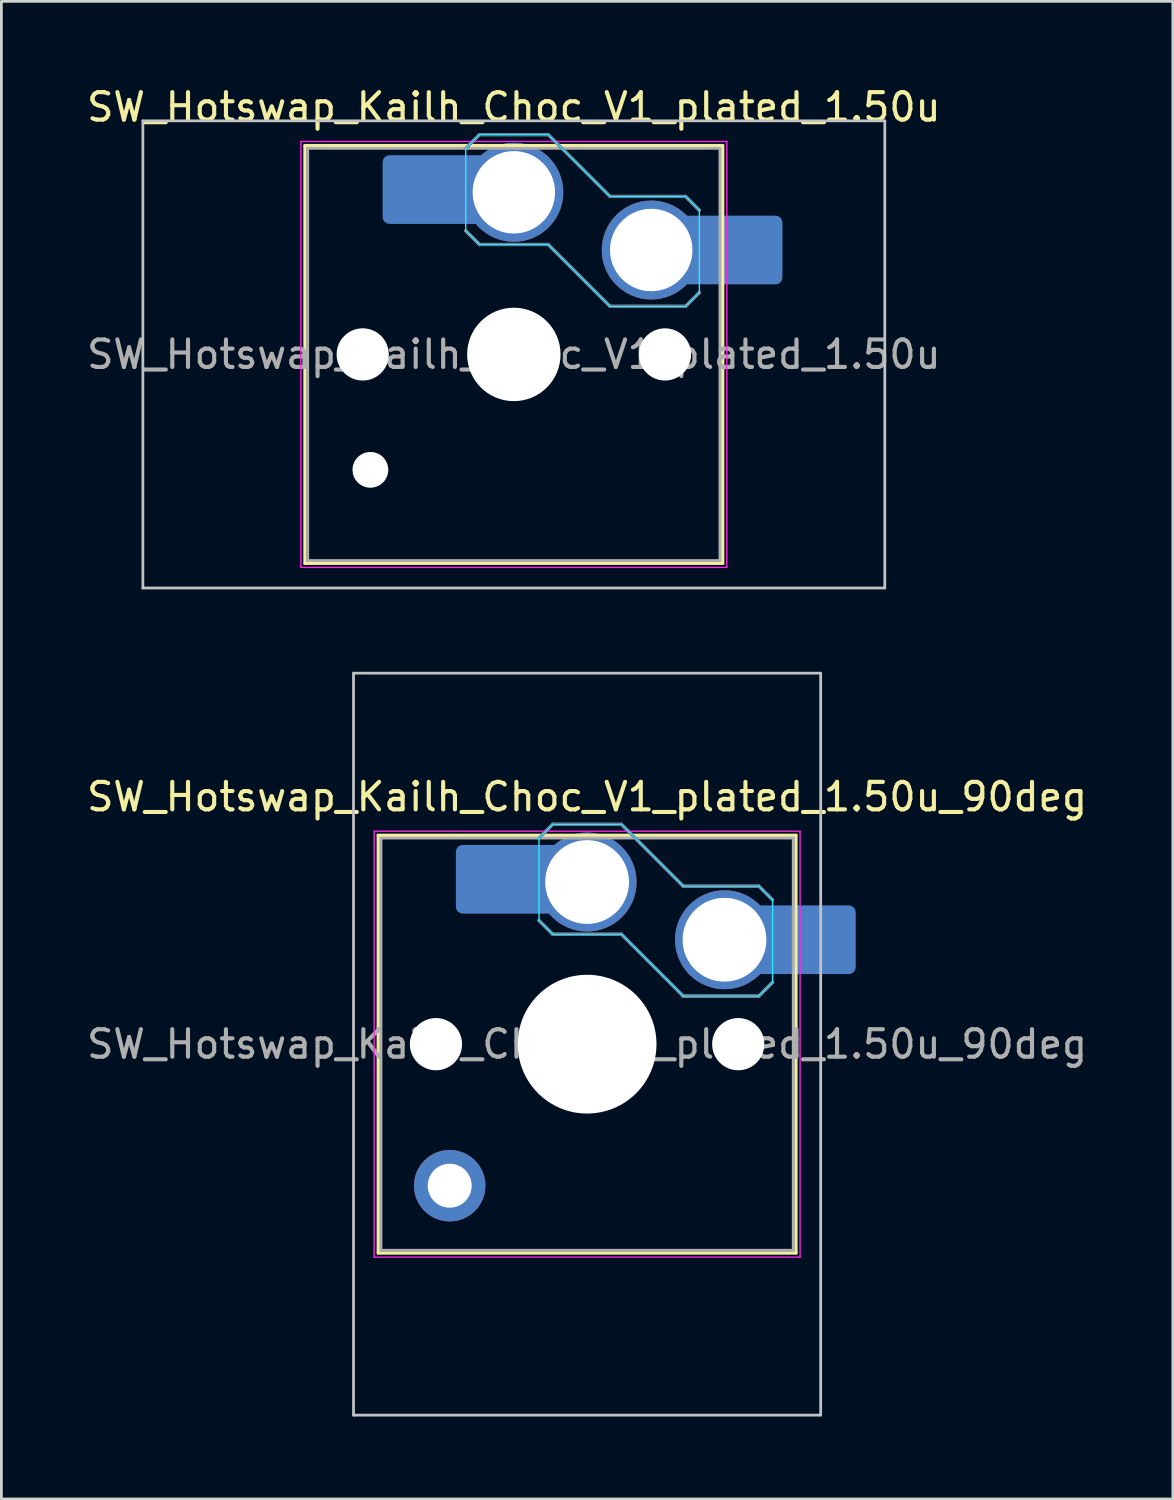
<source format=kicad_pcb>
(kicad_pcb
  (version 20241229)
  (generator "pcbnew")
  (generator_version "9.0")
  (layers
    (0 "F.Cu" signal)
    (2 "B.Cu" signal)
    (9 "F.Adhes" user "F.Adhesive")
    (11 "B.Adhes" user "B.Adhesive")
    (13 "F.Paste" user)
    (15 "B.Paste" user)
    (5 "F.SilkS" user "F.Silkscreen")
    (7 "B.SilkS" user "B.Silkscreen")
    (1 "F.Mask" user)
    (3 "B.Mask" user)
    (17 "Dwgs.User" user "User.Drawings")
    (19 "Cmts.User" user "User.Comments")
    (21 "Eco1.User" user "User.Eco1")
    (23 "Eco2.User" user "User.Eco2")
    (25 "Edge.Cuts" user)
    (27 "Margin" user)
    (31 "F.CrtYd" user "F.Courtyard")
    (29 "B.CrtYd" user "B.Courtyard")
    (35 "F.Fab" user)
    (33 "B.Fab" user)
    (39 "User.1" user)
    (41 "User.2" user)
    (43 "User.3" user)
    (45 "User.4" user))
  (footprint "SW_Hotswap_Kailh_Choc_V1_plated_1.50u"
    (layer "F.Cu")
    (at 15.649 9.848)
    (property "Reference" "SW_Hotswap_Kailh_Choc_V1_plated_1.50u" (at 0 -9 0) (layer "F.SilkS") (effects (font (size 1 1) (thickness 0.15))))
    (attr smd)
    (fp_line (start -7.6 -7.6) (end -7.6 7.6) (stroke (width 0.12) (type solid)) (layer "F.SilkS"))
    (fp_line (start -7.6 7.6) (end 7.6 7.6) (stroke (width 0.12) (type solid)) (layer "F.SilkS"))
    (fp_line (start 7.6 -7.6) (end -7.6 -7.6) (stroke (width 0.12) (type solid)) (layer "F.SilkS"))
    (fp_line (start 7.6 7.6) (end 7.6 -7.6) (stroke (width 0.12) (type solid)) (layer "F.SilkS"))
    (fp_line (start -1.75 -7.5) (end -1.25 -8) (stroke (width 0.12) (type solid)) (layer "B.SilkS"))
    (fp_line (start -1.25 -8) (end 1.25 -8) (stroke (width 0.12) (type solid)) (layer "B.SilkS"))
    (fp_line (start -1.25 -4) (end -1.75 -4.5) (stroke (width 0.12) (type solid)) (layer "B.SilkS"))
    (fp_line (start 1.25 -8) (end 3.5 -5.75) (stroke (width 0.12) (type solid)) (layer "B.SilkS"))
    (fp_line (start 1.25 -4) (end -1.25 -4) (stroke (width 0.12) (type solid)) (layer "B.SilkS"))
    (fp_line (start 3.5 -5.75) (end 6.25 -5.75) (stroke (width 0.12) (type solid)) (layer "B.SilkS"))
    (fp_line (start 3.5 -1.75) (end 1.25 -4) (stroke (width 0.12) (type solid)) (layer "B.SilkS"))
    (fp_line (start 6.25 -5.75) (end 6.75 -5.25) (stroke (width 0.12) (type solid)) (layer "B.SilkS"))
    (fp_line (start 6.25 -1.75) (end 3.5 -1.75) (stroke (width 0.12) (type solid)) (layer "B.SilkS"))
    (fp_line (start 6.75 -2.25) (end 6.25 -1.75) (stroke (width 0.12) (type solid)) (layer "B.SilkS"))
    (fp_line (start -13.5 -8.5) (end -13.5 8.5) (stroke (width 0.1) (type solid)) (layer "Dwgs.User"))
    (fp_line (start -13.5 8.5) (end 13.5 8.5) (stroke (width 0.1) (type solid)) (layer "Dwgs.User"))
    (fp_line (start 13.5 -8.5) (end -13.5 -8.5) (stroke (width 0.1) (type solid)) (layer "Dwgs.User"))
    (fp_line (start 13.5 8.5) (end 13.5 -8.5) (stroke (width 0.1) (type solid)) (layer "Dwgs.User"))
    (fp_line (start -7.25 -7.25) (end -7.25 7.25) (stroke (width 0.1) (type solid)) (layer "Eco1.User"))
    (fp_line (start -7.25 7.25) (end 7.25 7.25) (stroke (width 0.1) (type solid)) (layer "Eco1.User"))
    (fp_line (start 7.25 -7.25) (end -7.25 -7.25) (stroke (width 0.1) (type solid)) (layer "Eco1.User"))
    (fp_line (start 7.25 7.25) (end 7.25 -7.25) (stroke (width 0.1) (type solid)) (layer "Eco1.User"))
    (fp_line (start -1.75 -7.5) (end -1.25 -8) (stroke (width 0.05) (type solid)) (layer "B.CrtYd"))
    (fp_line (start -1.75 -4.5) (end -1.75 -7.5) (stroke (width 0.05) (type solid)) (layer "B.CrtYd"))
    (fp_line (start -1.25 -8) (end 1.25 -8) (stroke (width 0.05) (type solid)) (layer "B.CrtYd"))
    (fp_line (start -1.25 -4) (end -1.75 -4.5) (stroke (width 0.05) (type solid)) (layer "B.CrtYd"))
    (fp_line (start 1.25 -8) (end 3.5 -5.75) (stroke (width 0.05) (type solid)) (layer "B.CrtYd"))
    (fp_line (start 1.25 -4) (end -1.25 -4) (stroke (width 0.05) (type solid)) (layer "B.CrtYd"))
    (fp_line (start 3.5 -5.75) (end 6.25 -5.75) (stroke (width 0.05) (type solid)) (layer "B.CrtYd"))
    (fp_line (start 3.5 -1.75) (end 1.25 -4) (stroke (width 0.05) (type solid)) (layer "B.CrtYd"))
    (fp_line (start 6.25 -5.75) (end 6.75 -5.25) (stroke (width 0.05) (type solid)) (layer "B.CrtYd"))
    (fp_line (start 6.25 -1.75) (end 3.5 -1.75) (stroke (width 0.05) (type solid)) (layer "B.CrtYd"))
    (fp_line (start 6.75 -5.25) (end 6.75 -2.25) (stroke (width 0.05) (type solid)) (layer "B.CrtYd"))
    (fp_line (start 6.75 -2.25) (end 6.25 -1.75) (stroke (width 0.05) (type solid)) (layer "B.CrtYd"))
    (fp_line (start -7.75 -7.75) (end -7.75 7.75) (stroke (width 0.05) (type solid)) (layer "F.CrtYd"))
    (fp_line (start -7.75 7.75) (end 7.75 7.75) (stroke (width 0.05) (type solid)) (layer "F.CrtYd"))
    (fp_line (start 7.75 -7.75) (end -7.75 -7.75) (stroke (width 0.05) (type solid)) (layer "F.CrtYd"))
    (fp_line (start 7.75 7.75) (end 7.75 -7.75) (stroke (width 0.05) (type solid)) (layer "F.CrtYd"))
    (fp_line (start -1.75 -7.5) (end -1.25 -8) (stroke (width 0.1) (type solid)) (layer "B.Fab"))
    (fp_line (start -1.25 -8) (end 1.25 -8) (stroke (width 0.1) (type solid)) (layer "B.Fab"))
    (fp_line (start -1.25 -4) (end -1.75 -4.5) (stroke (width 0.1) (type solid)) (layer "B.Fab"))
    (fp_line (start 1.25 -8) (end 3.5 -5.75) (stroke (width 0.1) (type solid)) (layer "B.Fab"))
    (fp_line (start 1.25 -4) (end -1.25 -4) (stroke (width 0.1) (type solid)) (layer "B.Fab"))
    (fp_line (start 3.5 -5.75) (end 6.25 -5.75) (stroke (width 0.1) (type solid)) (layer "B.Fab"))
    (fp_line (start 3.5 -1.75) (end 1.25 -4) (stroke (width 0.1) (type solid)) (layer "B.Fab"))
    (fp_line (start 6.25 -5.75) (end 6.75 -5.25) (stroke (width 0.1) (type solid)) (layer "B.Fab"))
    (fp_line (start 6.25 -1.75) (end 3.5 -1.75) (stroke (width 0.1) (type solid)) (layer "B.Fab"))
    (fp_line (start 6.75 -2.25) (end 6.25 -1.75) (stroke (width 0.1) (type solid)) (layer "B.Fab"))
    (fp_line (start -7.5 -7.5) (end -7.5 7.5) (stroke (width 0.1) (type solid)) (layer "F.Fab"))
    (fp_line (start -7.5 7.5) (end 7.5 7.5) (stroke (width 0.1) (type solid)) (layer "F.Fab"))
    (fp_line (start 7.5 -7.5) (end -7.5 -7.5) (stroke (width 0.1) (type solid)) (layer "F.Fab"))
    (fp_line (start 7.5 7.5) (end 7.5 -7.5) (stroke (width 0.1) (type solid)) (layer "F.Fab"))
    (fp_text user "${REFERENCE}" (at 0 0 0) (layer "F.Fab") (effects (font (size 1 1) (thickness 0.15))))
    (pad "" np_thru_hole circle (at -5.5 0) (size 1.9 1.9) (drill 1.9) (layers "*.Cu" "*.Mask"))
    (pad "" np_thru_hole circle (at -5.22 4.2) (size 1.3 1.3) (drill 1.3) (layers "*.Cu" "*.Mask"))
    (pad "" smd roundrect (at -3.5 -6) (size 2.55 2.5) (layers "B.Mask" "B.Paste") (roundrect_rratio 0.1))
    (pad "" np_thru_hole circle (at 0 0) (size 3.4 3.4) (drill 3.4) (layers "*.Cu" "*.Mask"))
    (pad "" np_thru_hole circle (at 5.5 0) (size 1.9 1.9) (drill 1.9) (layers "*.Cu" "*.Mask"))
    (pad "" smd roundrect (at 8.5 -3.8) (size 2.55 2.5) (layers "B.Mask" "B.Paste") (roundrect_rratio 0.1))
    (pad "1" smd roundrect (at -2.85 -6) (size 3.85 2.5) (layers "B.Cu") (roundrect_rratio 0.1))
    (pad "1" thru_hole circle (at 0 -5.9) (size 3.6 3.6) (drill 3) (layers "*.Cu" "B.Mask"))
    (pad "2" thru_hole circle (at 5 -3.8) (size 3.6 3.6) (drill 3) (layers "*.Cu" "B.Mask"))
    (pad "2" smd roundrect (at 7.85 -3.8) (size 3.85 2.5) (layers "B.Cu") (roundrect_rratio 0.1)))
  (footprint "SW_Hotswap_Kailh_Choc_V1_plated_1.50u_90deg"
    (layer "F.Cu")
    (at 18.315 34.948)
    (property "Reference" "SW_Hotswap_Kailh_Choc_V1_plated_1.50u_90deg" (at 0 -9 0) (layer "F.SilkS") (effects (font (size 1 1) (thickness 0.15))))
    (attr smd)
    (fp_line (start -7.6 -7.6) (end -7.6 7.6) (stroke (width 0.12) (type solid)) (layer "F.SilkS"))
    (fp_line (start -7.6 7.6) (end 7.6 7.6) (stroke (width 0.12) (type solid)) (layer "F.SilkS"))
    (fp_line (start 7.6 -7.6) (end -7.6 -7.6) (stroke (width 0.12) (type solid)) (layer "F.SilkS"))
    (fp_line (start 7.6 7.6) (end 7.6 -7.6) (stroke (width 0.12) (type solid)) (layer "F.SilkS"))
    (fp_line (start -1.75 -7.5) (end -1.25 -8) (stroke (width 0.12) (type solid)) (layer "B.SilkS"))
    (fp_line (start -1.25 -8) (end 1.25 -8) (stroke (width 0.12) (type solid)) (layer "B.SilkS"))
    (fp_line (start -1.25 -4) (end -1.75 -4.5) (stroke (width 0.12) (type solid)) (layer "B.SilkS"))
    (fp_line (start 1.25 -8) (end 3.5 -5.75) (stroke (width 0.12) (type solid)) (layer "B.SilkS"))
    (fp_line (start 1.25 -4) (end -1.25 -4) (stroke (width 0.12) (type solid)) (layer "B.SilkS"))
    (fp_line (start 3.5 -5.75) (end 6.25 -5.75) (stroke (width 0.12) (type solid)) (layer "B.SilkS"))
    (fp_line (start 3.5 -1.75) (end 1.25 -4) (stroke (width 0.12) (type solid)) (layer "B.SilkS"))
    (fp_line (start 6.25 -5.75) (end 6.75 -5.25) (stroke (width 0.12) (type solid)) (layer "B.SilkS"))
    (fp_line (start 6.25 -1.75) (end 3.5 -1.75) (stroke (width 0.12) (type solid)) (layer "B.SilkS"))
    (fp_line (start 6.75 -2.25) (end 6.25 -1.75) (stroke (width 0.12) (type solid)) (layer "B.SilkS"))
    (fp_line (start -8.5 -13.5) (end 8.5 -13.5) (stroke (width 0.1) (type solid)) (layer "Dwgs.User"))
    (fp_line (start -8.5 13.5) (end -8.5 -13.5) (stroke (width 0.1) (type solid)) (layer "Dwgs.User"))
    (fp_line (start 8.5 -13.5) (end 8.5 13.5) (stroke (width 0.1) (type solid)) (layer "Dwgs.User"))
    (fp_line (start 8.5 13.5) (end -8.5 13.5) (stroke (width 0.1) (type solid)) (layer "Dwgs.User"))
    (fp_line (start -7.25 -7.25) (end -7.25 7.25) (stroke (width 0.1) (type solid)) (layer "Eco1.User"))
    (fp_line (start -7.25 7.25) (end 7.25 7.25) (stroke (width 0.1) (type solid)) (layer "Eco1.User"))
    (fp_line (start 7.25 -7.25) (end -7.25 -7.25) (stroke (width 0.1) (type solid)) (layer "Eco1.User"))
    (fp_line (start 7.25 7.25) (end 7.25 -7.25) (stroke (width 0.1) (type solid)) (layer "Eco1.User"))
    (fp_line (start -1.75 -7.5) (end -1.25 -8) (stroke (width 0.05) (type solid)) (layer "B.CrtYd"))
    (fp_line (start -1.75 -4.5) (end -1.75 -7.5) (stroke (width 0.05) (type solid)) (layer "B.CrtYd"))
    (fp_line (start -1.25 -8) (end 1.25 -8) (stroke (width 0.05) (type solid)) (layer "B.CrtYd"))
    (fp_line (start -1.25 -4) (end -1.75 -4.5) (stroke (width 0.05) (type solid)) (layer "B.CrtYd"))
    (fp_line (start 1.25 -8) (end 3.5 -5.75) (stroke (width 0.05) (type solid)) (layer "B.CrtYd"))
    (fp_line (start 1.25 -4) (end -1.25 -4) (stroke (width 0.05) (type solid)) (layer "B.CrtYd"))
    (fp_line (start 3.5 -5.75) (end 6.25 -5.75) (stroke (width 0.05) (type solid)) (layer "B.CrtYd"))
    (fp_line (start 3.5 -1.75) (end 1.25 -4) (stroke (width 0.05) (type solid)) (layer "B.CrtYd"))
    (fp_line (start 6.25 -5.75) (end 6.75 -5.25) (stroke (width 0.05) (type solid)) (layer "B.CrtYd"))
    (fp_line (start 6.25 -1.75) (end 3.5 -1.75) (stroke (width 0.05) (type solid)) (layer "B.CrtYd"))
    (fp_line (start 6.75 -5.25) (end 6.75 -2.25) (stroke (width 0.05) (type solid)) (layer "B.CrtYd"))
    (fp_line (start 6.75 -2.25) (end 6.25 -1.75) (stroke (width 0.05) (type solid)) (layer "B.CrtYd"))
    (fp_line (start -7.75 -7.75) (end -7.75 7.75) (stroke (width 0.05) (type solid)) (layer "F.CrtYd"))
    (fp_line (start -7.75 7.75) (end 7.75 7.75) (stroke (width 0.05) (type solid)) (layer "F.CrtYd"))
    (fp_line (start 7.75 -7.75) (end -7.75 -7.75) (stroke (width 0.05) (type solid)) (layer "F.CrtYd"))
    (fp_line (start 7.75 7.75) (end 7.75 -7.75) (stroke (width 0.05) (type solid)) (layer "F.CrtYd"))
    (fp_line (start -1.75 -7.5) (end -1.25 -8) (stroke (width 0.1) (type solid)) (layer "B.Fab"))
    (fp_line (start -1.25 -8) (end 1.25 -8) (stroke (width 0.1) (type solid)) (layer "B.Fab"))
    (fp_line (start -1.25 -4) (end -1.75 -4.5) (stroke (width 0.1) (type solid)) (layer "B.Fab"))
    (fp_line (start 1.25 -8) (end 3.5 -5.75) (stroke (width 0.1) (type solid)) (layer "B.Fab"))
    (fp_line (start 1.25 -4) (end -1.25 -4) (stroke (width 0.1) (type solid)) (layer "B.Fab"))
    (fp_line (start 3.5 -5.75) (end 6.25 -5.75) (stroke (width 0.1) (type solid)) (layer "B.Fab"))
    (fp_line (start 3.5 -1.75) (end 1.25 -4) (stroke (width 0.1) (type solid)) (layer "B.Fab"))
    (fp_line (start 6.25 -5.75) (end 6.75 -5.25) (stroke (width 0.1) (type solid)) (layer "B.Fab"))
    (fp_line (start 6.25 -1.75) (end 3.5 -1.75) (stroke (width 0.1) (type solid)) (layer "B.Fab"))
    (fp_line (start 6.75 -2.25) (end 6.25 -1.75) (stroke (width 0.1) (type solid)) (layer "B.Fab"))
    (fp_line (start -7.5 -7.5) (end -7.5 7.5) (stroke (width 0.1) (type solid)) (layer "F.Fab"))
    (fp_line (start -7.5 7.5) (end 7.5 7.5) (stroke (width 0.1) (type solid)) (layer "F.Fab"))
    (fp_line (start 7.5 -7.5) (end -7.5 -7.5) (stroke (width 0.1) (type solid)) (layer "F.Fab"))
    (fp_line (start 7.5 7.5) (end 7.5 -7.5) (stroke (width 0.1) (type solid)) (layer "F.Fab"))
    (fp_text user "${REFERENCE}" (at 0 0 0) (layer "F.Fab") (effects (font (size 1 1) (thickness 0.15))))
    (pad "" np_thru_hole circle (at -5.5 0) (size 1.9 1.9) (drill 1.9) (layers "*.Cu" "*.Mask"))
    (pad "" thru_hole circle (at -5 5.15) (size 2.6 2.6) (drill 1.6) (layers "*.Cu" "B.Mask"))
    (pad "" smd roundrect (at -3.5 -6) (size 2.55 2.5) (layers "B.Mask" "B.Paste") (roundrect_rratio 0.1))
    (pad "" np_thru_hole circle (at 0 0) (size 5.05 5.05) (drill 5.05) (layers "*.Cu" "*.Mask"))
    (pad "" np_thru_hole circle (at 5.5 0) (size 1.9 1.9) (drill 1.9) (layers "*.Cu" "*.Mask"))
    (pad "" smd roundrect (at 8.5 -3.8) (size 2.55 2.5) (layers "B.Mask" "B.Paste") (roundrect_rratio 0.1))
    (pad "1" smd roundrect (at -2.85 -6) (size 3.85 2.5) (layers "B.Cu") (roundrect_rratio 0.1))
    (pad "1" thru_hole circle (at 0 -5.9) (size 3.6 3.6) (drill 3.05) (layers "*.Cu" "B.Mask"))
    (pad "2" thru_hole circle (at 5 -3.8) (size 3.6 3.6) (drill 3.05) (layers "*.Cu" "B.Mask"))
    (pad "2" smd roundrect (at 7.85 -3.8) (size 3.85 2.5) (layers "B.Cu") (roundrect_rratio 0.1)))
  (gr_rect
    (start -3 -3)
    (end 39.631 51.498)
    (stroke (width 0.1) (type default))
    (fill no)
    (layer "Edge.Cuts")))
</source>
